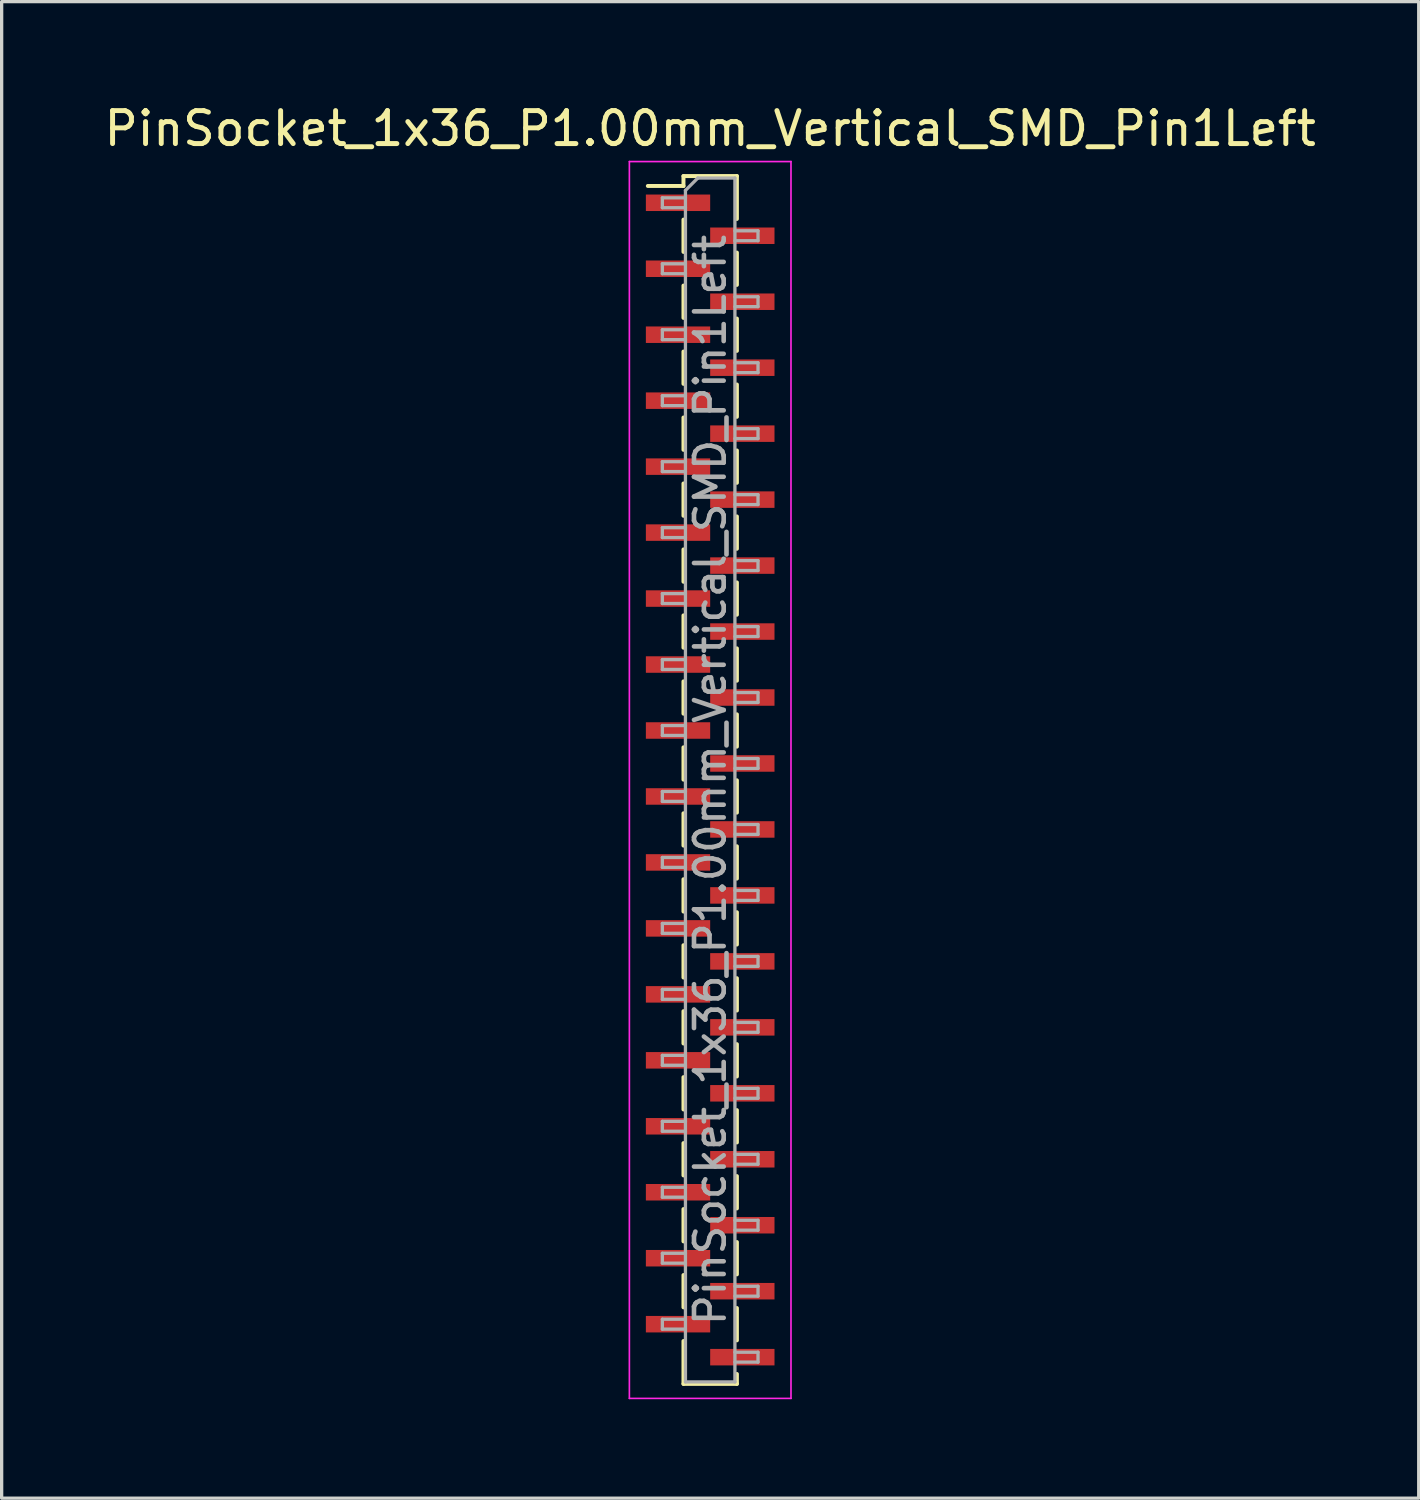
<source format=kicad_pcb>
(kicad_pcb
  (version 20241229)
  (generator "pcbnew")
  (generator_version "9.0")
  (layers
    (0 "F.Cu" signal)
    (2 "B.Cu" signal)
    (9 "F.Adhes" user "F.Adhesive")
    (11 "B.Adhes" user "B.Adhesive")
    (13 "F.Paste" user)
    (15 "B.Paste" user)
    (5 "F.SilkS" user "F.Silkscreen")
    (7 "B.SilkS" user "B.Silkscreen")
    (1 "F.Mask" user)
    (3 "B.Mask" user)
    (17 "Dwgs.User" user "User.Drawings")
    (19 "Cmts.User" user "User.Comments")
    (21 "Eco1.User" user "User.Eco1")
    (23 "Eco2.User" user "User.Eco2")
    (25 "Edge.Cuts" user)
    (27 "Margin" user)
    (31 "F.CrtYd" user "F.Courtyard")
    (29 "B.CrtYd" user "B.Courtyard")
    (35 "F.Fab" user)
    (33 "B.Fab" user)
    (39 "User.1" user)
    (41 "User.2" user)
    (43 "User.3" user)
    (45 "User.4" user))
  (footprint "PinSocket_1x36_P1.00mm_Vertical_SMD_Pin1Left"
    (layer "F.Cu")
    (at 18.482 20.598)
    (property "Reference" "PinSocket_1x36_P1.00mm_Vertical_SMD_Pin1Left" (at 0 -19.75 0) (layer "F.SilkS") (effects (font (size 1 1) (thickness 0.15))))
    (attr smd)
    (fp_line (start -1.89 -18.01) (end -0.81 -18.01) (stroke (width 0.12) (type solid)) (layer "F.SilkS"))
    (fp_line (start -0.81 -18.31) (end -0.81 -18.01) (stroke (width 0.12) (type solid)) (layer "F.SilkS"))
    (fp_line (start -0.81 -18.31) (end 0.81 -18.31) (stroke (width 0.12) (type solid)) (layer "F.SilkS"))
    (fp_line (start -0.81 -16.99) (end -0.81 -16.01) (stroke (width 0.12) (type solid)) (layer "F.SilkS"))
    (fp_line (start -0.81 -14.99) (end -0.81 -14.01) (stroke (width 0.12) (type solid)) (layer "F.SilkS"))
    (fp_line (start -0.81 -12.99) (end -0.81 -12.01) (stroke (width 0.12) (type solid)) (layer "F.SilkS"))
    (fp_line (start -0.81 -10.99) (end -0.81 -10.01) (stroke (width 0.12) (type solid)) (layer "F.SilkS"))
    (fp_line (start -0.81 -8.99) (end -0.81 -8.01) (stroke (width 0.12) (type solid)) (layer "F.SilkS"))
    (fp_line (start -0.81 -6.99) (end -0.81 -6.01) (stroke (width 0.12) (type solid)) (layer "F.SilkS"))
    (fp_line (start -0.81 -4.99) (end -0.81 -4.01) (stroke (width 0.12) (type solid)) (layer "F.SilkS"))
    (fp_line (start -0.81 -2.99) (end -0.81 -2.01) (stroke (width 0.12) (type solid)) (layer "F.SilkS"))
    (fp_line (start -0.81 -0.99) (end -0.81 -0.01) (stroke (width 0.12) (type solid)) (layer "F.SilkS"))
    (fp_line (start -0.81 1.01) (end -0.81 1.99) (stroke (width 0.12) (type solid)) (layer "F.SilkS"))
    (fp_line (start -0.81 3.01) (end -0.81 3.99) (stroke (width 0.12) (type solid)) (layer "F.SilkS"))
    (fp_line (start -0.81 5.01) (end -0.81 5.99) (stroke (width 0.12) (type solid)) (layer "F.SilkS"))
    (fp_line (start -0.81 7.01) (end -0.81 7.99) (stroke (width 0.12) (type solid)) (layer "F.SilkS"))
    (fp_line (start -0.81 9.01) (end -0.81 9.99) (stroke (width 0.12) (type solid)) (layer "F.SilkS"))
    (fp_line (start -0.81 11.01) (end -0.81 11.99) (stroke (width 0.12) (type solid)) (layer "F.SilkS"))
    (fp_line (start -0.81 13.01) (end -0.81 13.99) (stroke (width 0.12) (type solid)) (layer "F.SilkS"))
    (fp_line (start -0.81 15.01) (end -0.81 15.99) (stroke (width 0.12) (type solid)) (layer "F.SilkS"))
    (fp_line (start -0.81 17.01) (end -0.81 18.31) (stroke (width 0.12) (type solid)) (layer "F.SilkS"))
    (fp_line (start -0.81 18.31) (end 0.81 18.31) (stroke (width 0.12) (type solid)) (layer "F.SilkS"))
    (fp_line (start 0.81 -18.31) (end 0.81 -17.01) (stroke (width 0.12) (type solid)) (layer "F.SilkS"))
    (fp_line (start 0.81 -15.99) (end 0.81 -15.01) (stroke (width 0.12) (type solid)) (layer "F.SilkS"))
    (fp_line (start 0.81 -13.99) (end 0.81 -13.01) (stroke (width 0.12) (type solid)) (layer "F.SilkS"))
    (fp_line (start 0.81 -11.99) (end 0.81 -11.01) (stroke (width 0.12) (type solid)) (layer "F.SilkS"))
    (fp_line (start 0.81 -9.99) (end 0.81 -9.01) (stroke (width 0.12) (type solid)) (layer "F.SilkS"))
    (fp_line (start 0.81 -7.99) (end 0.81 -7.01) (stroke (width 0.12) (type solid)) (layer "F.SilkS"))
    (fp_line (start 0.81 -5.99) (end 0.81 -5.01) (stroke (width 0.12) (type solid)) (layer "F.SilkS"))
    (fp_line (start 0.81 -3.99) (end 0.81 -3.01) (stroke (width 0.12) (type solid)) (layer "F.SilkS"))
    (fp_line (start 0.81 -1.99) (end 0.81 -1.01) (stroke (width 0.12) (type solid)) (layer "F.SilkS"))
    (fp_line (start 0.81 0.01) (end 0.81 0.99) (stroke (width 0.12) (type solid)) (layer "F.SilkS"))
    (fp_line (start 0.81 2.01) (end 0.81 2.99) (stroke (width 0.12) (type solid)) (layer "F.SilkS"))
    (fp_line (start 0.81 4.01) (end 0.81 4.99) (stroke (width 0.12) (type solid)) (layer "F.SilkS"))
    (fp_line (start 0.81 6.01) (end 0.81 6.99) (stroke (width 0.12) (type solid)) (layer "F.SilkS"))
    (fp_line (start 0.81 8.01) (end 0.81 8.99) (stroke (width 0.12) (type solid)) (layer "F.SilkS"))
    (fp_line (start 0.81 10.01) (end 0.81 10.99) (stroke (width 0.12) (type solid)) (layer "F.SilkS"))
    (fp_line (start 0.81 12.01) (end 0.81 12.99) (stroke (width 0.12) (type solid)) (layer "F.SilkS"))
    (fp_line (start 0.81 14.01) (end 0.81 14.99) (stroke (width 0.12) (type solid)) (layer "F.SilkS"))
    (fp_line (start 0.81 16.01) (end 0.81 16.99) (stroke (width 0.12) (type solid)) (layer "F.SilkS"))
    (fp_line (start 0.81 18.01) (end 0.81 18.31) (stroke (width 0.12) (type solid)) (layer "F.SilkS"))
    (fp_line (start -2.45 -18.75) (end 2.45 -18.75) (stroke (width 0.05) (type solid)) (layer "F.CrtYd"))
    (fp_line (start -2.45 18.75) (end -2.45 -18.75) (stroke (width 0.05) (type solid)) (layer "F.CrtYd"))
    (fp_line (start 2.45 -18.75) (end 2.45 18.75) (stroke (width 0.05) (type solid)) (layer "F.CrtYd"))
    (fp_line (start 2.45 18.75) (end -2.45 18.75) (stroke (width 0.05) (type solid)) (layer "F.CrtYd"))
    (fp_line (start -1.45 -17.65) (end -0.75 -17.65) (stroke (width 0.1) (type solid)) (layer "F.Fab"))
    (fp_line (start -1.45 -17.35) (end -1.45 -17.65) (stroke (width 0.1) (type solid)) (layer "F.Fab"))
    (fp_line (start -1.45 -15.65) (end -0.75 -15.65) (stroke (width 0.1) (type solid)) (layer "F.Fab"))
    (fp_line (start -1.45 -15.35) (end -1.45 -15.65) (stroke (width 0.1) (type solid)) (layer "F.Fab"))
    (fp_line (start -1.45 -13.65) (end -0.75 -13.65) (stroke (width 0.1) (type solid)) (layer "F.Fab"))
    (fp_line (start -1.45 -13.35) (end -1.45 -13.65) (stroke (width 0.1) (type solid)) (layer "F.Fab"))
    (fp_line (start -1.45 -11.65) (end -0.75 -11.65) (stroke (width 0.1) (type solid)) (layer "F.Fab"))
    (fp_line (start -1.45 -11.35) (end -1.45 -11.65) (stroke (width 0.1) (type solid)) (layer "F.Fab"))
    (fp_line (start -1.45 -9.65) (end -0.75 -9.65) (stroke (width 0.1) (type solid)) (layer "F.Fab"))
    (fp_line (start -1.45 -9.35) (end -1.45 -9.65) (stroke (width 0.1) (type solid)) (layer "F.Fab"))
    (fp_line (start -1.45 -7.65) (end -0.75 -7.65) (stroke (width 0.1) (type solid)) (layer "F.Fab"))
    (fp_line (start -1.45 -7.35) (end -1.45 -7.65) (stroke (width 0.1) (type solid)) (layer "F.Fab"))
    (fp_line (start -1.45 -5.65) (end -0.75 -5.65) (stroke (width 0.1) (type solid)) (layer "F.Fab"))
    (fp_line (start -1.45 -5.35) (end -1.45 -5.65) (stroke (width 0.1) (type solid)) (layer "F.Fab"))
    (fp_line (start -1.45 -3.65) (end -0.75 -3.65) (stroke (width 0.1) (type solid)) (layer "F.Fab"))
    (fp_line (start -1.45 -3.35) (end -1.45 -3.65) (stroke (width 0.1) (type solid)) (layer "F.Fab"))
    (fp_line (start -1.45 -1.65) (end -0.75 -1.65) (stroke (width 0.1) (type solid)) (layer "F.Fab"))
    (fp_line (start -1.45 -1.35) (end -1.45 -1.65) (stroke (width 0.1) (type solid)) (layer "F.Fab"))
    (fp_line (start -1.45 0.35) (end -0.75 0.35) (stroke (width 0.1) (type solid)) (layer "F.Fab"))
    (fp_line (start -1.45 0.65) (end -1.45 0.35) (stroke (width 0.1) (type solid)) (layer "F.Fab"))
    (fp_line (start -1.45 2.35) (end -0.75 2.35) (stroke (width 0.1) (type solid)) (layer "F.Fab"))
    (fp_line (start -1.45 2.65) (end -1.45 2.35) (stroke (width 0.1) (type solid)) (layer "F.Fab"))
    (fp_line (start -1.45 4.35) (end -0.75 4.35) (stroke (width 0.1) (type solid)) (layer "F.Fab"))
    (fp_line (start -1.45 4.65) (end -1.45 4.35) (stroke (width 0.1) (type solid)) (layer "F.Fab"))
    (fp_line (start -1.45 6.35) (end -0.75 6.35) (stroke (width 0.1) (type solid)) (layer "F.Fab"))
    (fp_line (start -1.45 6.65) (end -1.45 6.35) (stroke (width 0.1) (type solid)) (layer "F.Fab"))
    (fp_line (start -1.45 8.35) (end -0.75 8.35) (stroke (width 0.1) (type solid)) (layer "F.Fab"))
    (fp_line (start -1.45 8.65) (end -1.45 8.35) (stroke (width 0.1) (type solid)) (layer "F.Fab"))
    (fp_line (start -1.45 10.35) (end -0.75 10.35) (stroke (width 0.1) (type solid)) (layer "F.Fab"))
    (fp_line (start -1.45 10.65) (end -1.45 10.35) (stroke (width 0.1) (type solid)) (layer "F.Fab"))
    (fp_line (start -1.45 12.35) (end -0.75 12.35) (stroke (width 0.1) (type solid)) (layer "F.Fab"))
    (fp_line (start -1.45 12.65) (end -1.45 12.35) (stroke (width 0.1) (type solid)) (layer "F.Fab"))
    (fp_line (start -1.45 14.35) (end -0.75 14.35) (stroke (width 0.1) (type solid)) (layer "F.Fab"))
    (fp_line (start -1.45 14.65) (end -1.45 14.35) (stroke (width 0.1) (type solid)) (layer "F.Fab"))
    (fp_line (start -1.45 16.35) (end -0.75 16.35) (stroke (width 0.1) (type solid)) (layer "F.Fab"))
    (fp_line (start -1.45 16.65) (end -1.45 16.35) (stroke (width 0.1) (type solid)) (layer "F.Fab"))
    (fp_line (start -0.75 -17.875) (end -0.375 -18.25) (stroke (width 0.1) (type solid)) (layer "F.Fab"))
    (fp_line (start -0.75 -17.35) (end -1.45 -17.35) (stroke (width 0.1) (type solid)) (layer "F.Fab"))
    (fp_line (start -0.75 -15.35) (end -1.45 -15.35) (stroke (width 0.1) (type solid)) (layer "F.Fab"))
    (fp_line (start -0.75 -13.35) (end -1.45 -13.35) (stroke (width 0.1) (type solid)) (layer "F.Fab"))
    (fp_line (start -0.75 -11.35) (end -1.45 -11.35) (stroke (width 0.1) (type solid)) (layer "F.Fab"))
    (fp_line (start -0.75 -9.35) (end -1.45 -9.35) (stroke (width 0.1) (type solid)) (layer "F.Fab"))
    (fp_line (start -0.75 -7.35) (end -1.45 -7.35) (stroke (width 0.1) (type solid)) (layer "F.Fab"))
    (fp_line (start -0.75 -5.35) (end -1.45 -5.35) (stroke (width 0.1) (type solid)) (layer "F.Fab"))
    (fp_line (start -0.75 -3.35) (end -1.45 -3.35) (stroke (width 0.1) (type solid)) (layer "F.Fab"))
    (fp_line (start -0.75 -1.35) (end -1.45 -1.35) (stroke (width 0.1) (type solid)) (layer "F.Fab"))
    (fp_line (start -0.75 0.65) (end -1.45 0.65) (stroke (width 0.1) (type solid)) (layer "F.Fab"))
    (fp_line (start -0.75 2.65) (end -1.45 2.65) (stroke (width 0.1) (type solid)) (layer "F.Fab"))
    (fp_line (start -0.75 4.65) (end -1.45 4.65) (stroke (width 0.1) (type solid)) (layer "F.Fab"))
    (fp_line (start -0.75 6.65) (end -1.45 6.65) (stroke (width 0.1) (type solid)) (layer "F.Fab"))
    (fp_line (start -0.75 8.65) (end -1.45 8.65) (stroke (width 0.1) (type solid)) (layer "F.Fab"))
    (fp_line (start -0.75 10.65) (end -1.45 10.65) (stroke (width 0.1) (type solid)) (layer "F.Fab"))
    (fp_line (start -0.75 12.65) (end -1.45 12.65) (stroke (width 0.1) (type solid)) (layer "F.Fab"))
    (fp_line (start -0.75 14.65) (end -1.45 14.65) (stroke (width 0.1) (type solid)) (layer "F.Fab"))
    (fp_line (start -0.75 16.65) (end -1.45 16.65) (stroke (width 0.1) (type solid)) (layer "F.Fab"))
    (fp_line (start -0.75 18.25) (end -0.75 -17.875) (stroke (width 0.1) (type solid)) (layer "F.Fab"))
    (fp_line (start -0.375 -18.25) (end 0.75 -18.25) (stroke (width 0.1) (type solid)) (layer "F.Fab"))
    (fp_line (start 0.75 -18.25) (end 0.75 18.25) (stroke (width 0.1) (type solid)) (layer "F.Fab"))
    (fp_line (start 0.75 -16.65) (end 1.45 -16.65) (stroke (width 0.1) (type solid)) (layer "F.Fab"))
    (fp_line (start 0.75 -14.65) (end 1.45 -14.65) (stroke (width 0.1) (type solid)) (layer "F.Fab"))
    (fp_line (start 0.75 -12.65) (end 1.45 -12.65) (stroke (width 0.1) (type solid)) (layer "F.Fab"))
    (fp_line (start 0.75 -10.65) (end 1.45 -10.65) (stroke (width 0.1) (type solid)) (layer "F.Fab"))
    (fp_line (start 0.75 -8.65) (end 1.45 -8.65) (stroke (width 0.1) (type solid)) (layer "F.Fab"))
    (fp_line (start 0.75 -6.65) (end 1.45 -6.65) (stroke (width 0.1) (type solid)) (layer "F.Fab"))
    (fp_line (start 0.75 -4.65) (end 1.45 -4.65) (stroke (width 0.1) (type solid)) (layer "F.Fab"))
    (fp_line (start 0.75 -2.65) (end 1.45 -2.65) (stroke (width 0.1) (type solid)) (layer "F.Fab"))
    (fp_line (start 0.75 -0.65) (end 1.45 -0.65) (stroke (width 0.1) (type solid)) (layer "F.Fab"))
    (fp_line (start 0.75 1.35) (end 1.45 1.35) (stroke (width 0.1) (type solid)) (layer "F.Fab"))
    (fp_line (start 0.75 3.35) (end 1.45 3.35) (stroke (width 0.1) (type solid)) (layer "F.Fab"))
    (fp_line (start 0.75 5.35) (end 1.45 5.35) (stroke (width 0.1) (type solid)) (layer "F.Fab"))
    (fp_line (start 0.75 7.35) (end 1.45 7.35) (stroke (width 0.1) (type solid)) (layer "F.Fab"))
    (fp_line (start 0.75 9.35) (end 1.45 9.35) (stroke (width 0.1) (type solid)) (layer "F.Fab"))
    (fp_line (start 0.75 11.35) (end 1.45 11.35) (stroke (width 0.1) (type solid)) (layer "F.Fab"))
    (fp_line (start 0.75 13.35) (end 1.45 13.35) (stroke (width 0.1) (type solid)) (layer "F.Fab"))
    (fp_line (start 0.75 15.35) (end 1.45 15.35) (stroke (width 0.1) (type solid)) (layer "F.Fab"))
    (fp_line (start 0.75 17.35) (end 1.45 17.35) (stroke (width 0.1) (type solid)) (layer "F.Fab"))
    (fp_line (start 0.75 18.25) (end -0.75 18.25) (stroke (width 0.1) (type solid)) (layer "F.Fab"))
    (fp_line (start 1.45 -16.65) (end 1.45 -16.35) (stroke (width 0.1) (type solid)) (layer "F.Fab"))
    (fp_line (start 1.45 -16.35) (end 0.75 -16.35) (stroke (width 0.1) (type solid)) (layer "F.Fab"))
    (fp_line (start 1.45 -14.65) (end 1.45 -14.35) (stroke (width 0.1) (type solid)) (layer "F.Fab"))
    (fp_line (start 1.45 -14.35) (end 0.75 -14.35) (stroke (width 0.1) (type solid)) (layer "F.Fab"))
    (fp_line (start 1.45 -12.65) (end 1.45 -12.35) (stroke (width 0.1) (type solid)) (layer "F.Fab"))
    (fp_line (start 1.45 -12.35) (end 0.75 -12.35) (stroke (width 0.1) (type solid)) (layer "F.Fab"))
    (fp_line (start 1.45 -10.65) (end 1.45 -10.35) (stroke (width 0.1) (type solid)) (layer "F.Fab"))
    (fp_line (start 1.45 -10.35) (end 0.75 -10.35) (stroke (width 0.1) (type solid)) (layer "F.Fab"))
    (fp_line (start 1.45 -8.65) (end 1.45 -8.35) (stroke (width 0.1) (type solid)) (layer "F.Fab"))
    (fp_line (start 1.45 -8.35) (end 0.75 -8.35) (stroke (width 0.1) (type solid)) (layer "F.Fab"))
    (fp_line (start 1.45 -6.65) (end 1.45 -6.35) (stroke (width 0.1) (type solid)) (layer "F.Fab"))
    (fp_line (start 1.45 -6.35) (end 0.75 -6.35) (stroke (width 0.1) (type solid)) (layer "F.Fab"))
    (fp_line (start 1.45 -4.65) (end 1.45 -4.35) (stroke (width 0.1) (type solid)) (layer "F.Fab"))
    (fp_line (start 1.45 -4.35) (end 0.75 -4.35) (stroke (width 0.1) (type solid)) (layer "F.Fab"))
    (fp_line (start 1.45 -2.65) (end 1.45 -2.35) (stroke (width 0.1) (type solid)) (layer "F.Fab"))
    (fp_line (start 1.45 -2.35) (end 0.75 -2.35) (stroke (width 0.1) (type solid)) (layer "F.Fab"))
    (fp_line (start 1.45 -0.65) (end 1.45 -0.35) (stroke (width 0.1) (type solid)) (layer "F.Fab"))
    (fp_line (start 1.45 -0.35) (end 0.75 -0.35) (stroke (width 0.1) (type solid)) (layer "F.Fab"))
    (fp_line (start 1.45 1.35) (end 1.45 1.65) (stroke (width 0.1) (type solid)) (layer "F.Fab"))
    (fp_line (start 1.45 1.65) (end 0.75 1.65) (stroke (width 0.1) (type solid)) (layer "F.Fab"))
    (fp_line (start 1.45 3.35) (end 1.45 3.65) (stroke (width 0.1) (type solid)) (layer "F.Fab"))
    (fp_line (start 1.45 3.65) (end 0.75 3.65) (stroke (width 0.1) (type solid)) (layer "F.Fab"))
    (fp_line (start 1.45 5.35) (end 1.45 5.65) (stroke (width 0.1) (type solid)) (layer "F.Fab"))
    (fp_line (start 1.45 5.65) (end 0.75 5.65) (stroke (width 0.1) (type solid)) (layer "F.Fab"))
    (fp_line (start 1.45 7.35) (end 1.45 7.65) (stroke (width 0.1) (type solid)) (layer "F.Fab"))
    (fp_line (start 1.45 7.65) (end 0.75 7.65) (stroke (width 0.1) (type solid)) (layer "F.Fab"))
    (fp_line (start 1.45 9.35) (end 1.45 9.65) (stroke (width 0.1) (type solid)) (layer "F.Fab"))
    (fp_line (start 1.45 9.65) (end 0.75 9.65) (stroke (width 0.1) (type solid)) (layer "F.Fab"))
    (fp_line (start 1.45 11.35) (end 1.45 11.65) (stroke (width 0.1) (type solid)) (layer "F.Fab"))
    (fp_line (start 1.45 11.65) (end 0.75 11.65) (stroke (width 0.1) (type solid)) (layer "F.Fab"))
    (fp_line (start 1.45 13.35) (end 1.45 13.65) (stroke (width 0.1) (type solid)) (layer "F.Fab"))
    (fp_line (start 1.45 13.65) (end 0.75 13.65) (stroke (width 0.1) (type solid)) (layer "F.Fab"))
    (fp_line (start 1.45 15.35) (end 1.45 15.65) (stroke (width 0.1) (type solid)) (layer "F.Fab"))
    (fp_line (start 1.45 15.65) (end 0.75 15.65) (stroke (width 0.1) (type solid)) (layer "F.Fab"))
    (fp_line (start 1.45 17.35) (end 1.45 17.65) (stroke (width 0.1) (type solid)) (layer "F.Fab"))
    (fp_line (start 1.45 17.65) (end 0.75 17.65) (stroke (width 0.1) (type solid)) (layer "F.Fab"))
    (fp_text user "${REFERENCE}" (at 0 0 90) (layer "F.Fab") (effects (font (size 0.9 0.9) (thickness 0.14))))
    (pad "1" smd rect (at -0.975 -17.5) (size 1.95 0.5) (layers "F.Cu" "F.Mask" "F.Paste"))
    (pad "2" smd rect (at 0.975 -16.5) (size 1.95 0.5) (layers "F.Cu" "F.Mask" "F.Paste"))
    (pad "3" smd rect (at -0.975 -15.5) (size 1.95 0.5) (layers "F.Cu" "F.Mask" "F.Paste"))
    (pad "4" smd rect (at 0.975 -14.5) (size 1.95 0.5) (layers "F.Cu" "F.Mask" "F.Paste"))
    (pad "5" smd rect (at -0.975 -13.5) (size 1.95 0.5) (layers "F.Cu" "F.Mask" "F.Paste"))
    (pad "6" smd rect (at 0.975 -12.5) (size 1.95 0.5) (layers "F.Cu" "F.Mask" "F.Paste"))
    (pad "7" smd rect (at -0.975 -11.5) (size 1.95 0.5) (layers "F.Cu" "F.Mask" "F.Paste"))
    (pad "8" smd rect (at 0.975 -10.5) (size 1.95 0.5) (layers "F.Cu" "F.Mask" "F.Paste"))
    (pad "9" smd rect (at -0.975 -9.5) (size 1.95 0.5) (layers "F.Cu" "F.Mask" "F.Paste"))
    (pad "10" smd rect (at 0.975 -8.5) (size 1.95 0.5) (layers "F.Cu" "F.Mask" "F.Paste"))
    (pad "11" smd rect (at -0.975 -7.5) (size 1.95 0.5) (layers "F.Cu" "F.Mask" "F.Paste"))
    (pad "12" smd rect (at 0.975 -6.5) (size 1.95 0.5) (layers "F.Cu" "F.Mask" "F.Paste"))
    (pad "13" smd rect (at -0.975 -5.5) (size 1.95 0.5) (layers "F.Cu" "F.Mask" "F.Paste"))
    (pad "14" smd rect (at 0.975 -4.5) (size 1.95 0.5) (layers "F.Cu" "F.Mask" "F.Paste"))
    (pad "15" smd rect (at -0.975 -3.5) (size 1.95 0.5) (layers "F.Cu" "F.Mask" "F.Paste"))
    (pad "16" smd rect (at 0.975 -2.5) (size 1.95 0.5) (layers "F.Cu" "F.Mask" "F.Paste"))
    (pad "17" smd rect (at -0.975 -1.5) (size 1.95 0.5) (layers "F.Cu" "F.Mask" "F.Paste"))
    (pad "18" smd rect (at 0.975 -0.5) (size 1.95 0.5) (layers "F.Cu" "F.Mask" "F.Paste"))
    (pad "19" smd rect (at -0.975 0.5) (size 1.95 0.5) (layers "F.Cu" "F.Mask" "F.Paste"))
    (pad "20" smd rect (at 0.975 1.5) (size 1.95 0.5) (layers "F.Cu" "F.Mask" "F.Paste"))
    (pad "21" smd rect (at -0.975 2.5) (size 1.95 0.5) (layers "F.Cu" "F.Mask" "F.Paste"))
    (pad "22" smd rect (at 0.975 3.5) (size 1.95 0.5) (layers "F.Cu" "F.Mask" "F.Paste"))
    (pad "23" smd rect (at -0.975 4.5) (size 1.95 0.5) (layers "F.Cu" "F.Mask" "F.Paste"))
    (pad "24" smd rect (at 0.975 5.5) (size 1.95 0.5) (layers "F.Cu" "F.Mask" "F.Paste"))
    (pad "25" smd rect (at -0.975 6.5) (size 1.95 0.5) (layers "F.Cu" "F.Mask" "F.Paste"))
    (pad "26" smd rect (at 0.975 7.5) (size 1.95 0.5) (layers "F.Cu" "F.Mask" "F.Paste"))
    (pad "27" smd rect (at -0.975 8.5) (size 1.95 0.5) (layers "F.Cu" "F.Mask" "F.Paste"))
    (pad "28" smd rect (at 0.975 9.5) (size 1.95 0.5) (layers "F.Cu" "F.Mask" "F.Paste"))
    (pad "29" smd rect (at -0.975 10.5) (size 1.95 0.5) (layers "F.Cu" "F.Mask" "F.Paste"))
    (pad "30" smd rect (at 0.975 11.5) (size 1.95 0.5) (layers "F.Cu" "F.Mask" "F.Paste"))
    (pad "31" smd rect (at -0.975 12.5) (size 1.95 0.5) (layers "F.Cu" "F.Mask" "F.Paste"))
    (pad "32" smd rect (at 0.975 13.5) (size 1.95 0.5) (layers "F.Cu" "F.Mask" "F.Paste"))
    (pad "33" smd rect (at -0.975 14.5) (size 1.95 0.5) (layers "F.Cu" "F.Mask" "F.Paste"))
    (pad "34" smd rect (at 0.975 15.5) (size 1.95 0.5) (layers "F.Cu" "F.Mask" "F.Paste"))
    (pad "35" smd rect (at -0.975 16.5) (size 1.95 0.5) (layers "F.Cu" "F.Mask" "F.Paste"))
    (pad "36" smd rect (at 0.975 17.5) (size 1.95 0.5) (layers "F.Cu" "F.Mask" "F.Paste")))
  (gr_rect
    (start -3 -3)
    (end 39.964 42.373)
    (stroke (width 0.1) (type default))
    (fill no)
    (layer "Edge.Cuts")))
</source>
